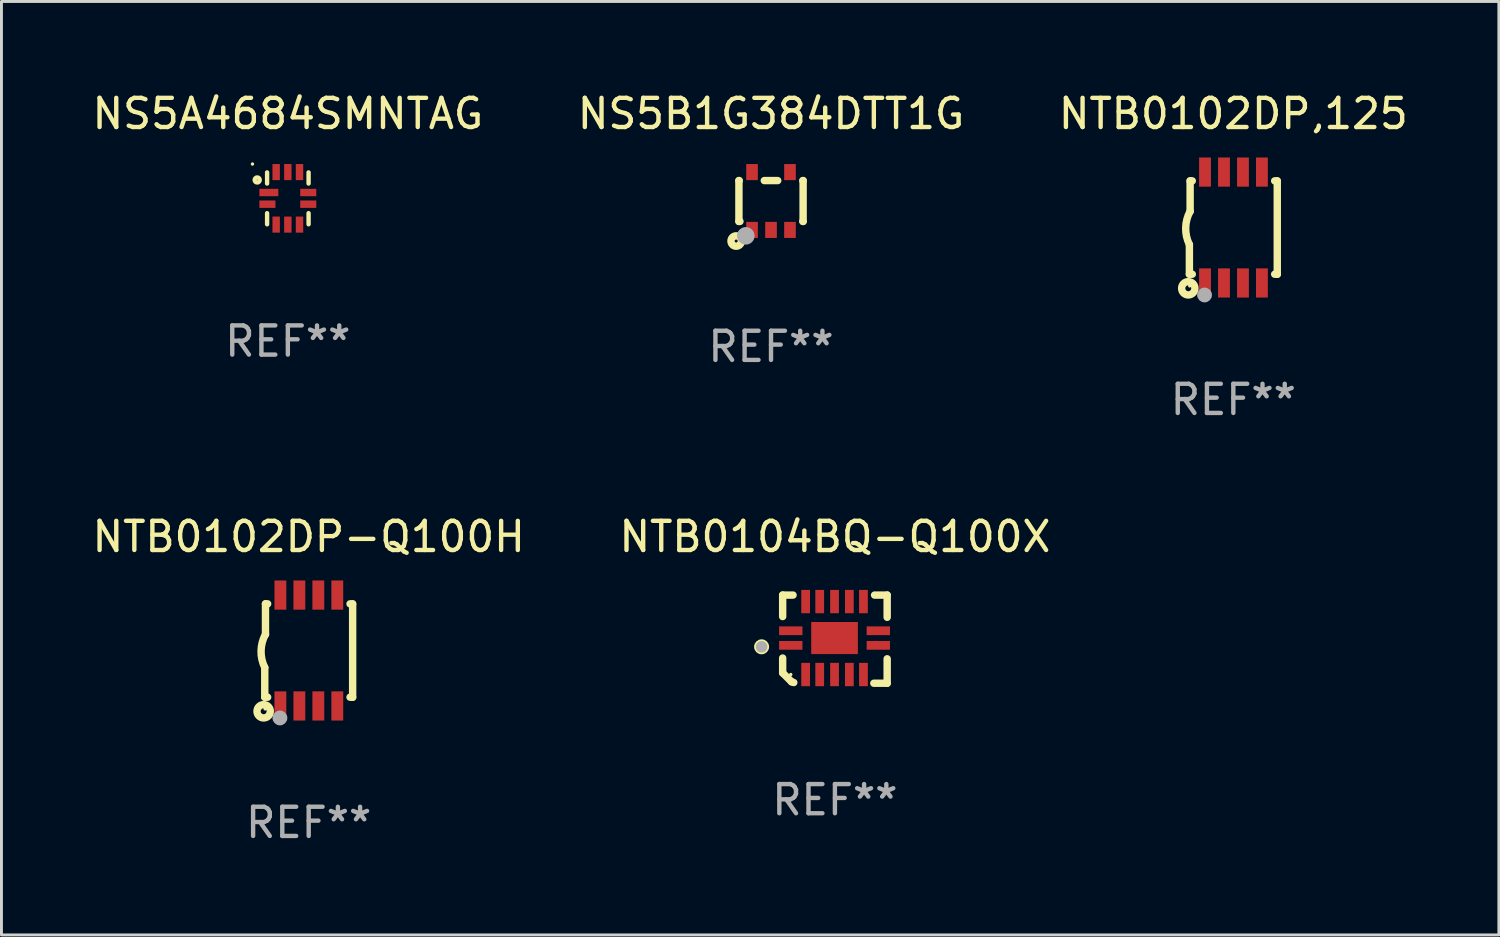
<source format=kicad_pcb>
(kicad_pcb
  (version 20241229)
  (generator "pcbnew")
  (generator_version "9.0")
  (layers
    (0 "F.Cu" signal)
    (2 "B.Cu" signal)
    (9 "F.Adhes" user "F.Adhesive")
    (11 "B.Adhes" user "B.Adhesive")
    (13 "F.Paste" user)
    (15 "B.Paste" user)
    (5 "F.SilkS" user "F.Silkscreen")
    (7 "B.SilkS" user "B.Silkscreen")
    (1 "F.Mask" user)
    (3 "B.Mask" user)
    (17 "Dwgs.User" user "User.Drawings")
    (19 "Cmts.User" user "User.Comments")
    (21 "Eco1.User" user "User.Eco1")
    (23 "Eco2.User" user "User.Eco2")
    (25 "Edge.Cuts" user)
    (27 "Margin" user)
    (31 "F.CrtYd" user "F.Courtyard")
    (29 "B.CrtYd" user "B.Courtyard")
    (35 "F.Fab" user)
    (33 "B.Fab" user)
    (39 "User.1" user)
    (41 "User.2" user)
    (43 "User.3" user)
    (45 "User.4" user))
  (footprint "NTB0104BQ-Q100X"
    (layer "F.Cu")
    (at 25.565 18.856)
    (property "Reference" "NTB0104BQ-Q100X" (at 0 -3.511 0) (layer "F.SilkS") (effects (font (size 1 1) (thickness 0.15))))
    (attr through_hole)
    (fp_line (start -1.791 -1.511) (end -1.435 -1.511) (stroke (width 0.254) (type solid)) (layer "F.SilkS"))
    (fp_line (start -1.791 -0.775) (end -1.791 -1.511) (stroke (width 0.254) (type solid)) (layer "F.SilkS"))
    (fp_line (start -1.791 1.156) (end -1.791 0.648) (stroke (width 0.254) (type solid)) (layer "F.SilkS"))
    (fp_line (start -1.486 1.461) (end -1.791 1.156) (stroke (width 0.254) (type solid)) (layer "F.SilkS"))
    (fp_line (start -1.41 1.486) (end -1.486 1.461) (stroke (width 0.254) (type solid)) (layer "F.SilkS"))
    (fp_line (start 1.334 1.511) (end 1.791 1.511) (stroke (width 0.254) (type solid)) (layer "F.SilkS"))
    (fp_line (start 1.791 -1.511) (end 1.359 -1.511) (stroke (width 0.254) (type solid)) (layer "F.SilkS"))
    (fp_line (start 1.791 -0.749) (end 1.791 -1.511) (stroke (width 0.254) (type solid)) (layer "F.SilkS"))
    (fp_line (start 1.791 1.511) (end 1.791 0.673) (stroke (width 0.254) (type solid)) (layer "F.SilkS"))
    (fp_circle (center -2.513 0.262) (end -2.383 0.262) (stroke (width 0.254) (type solid)) (fill no) (layer "F.SilkS"))
    (fp_circle (center -1.513 1.212) (end -1.483 1.212) (stroke (width 0.06) (type solid)) (fill no) (layer "F.SilkS"))
    (fp_circle (center -2.513 0.262) (end -2.413 0.262) (stroke (width 0.2) (type solid)) (fill no) (layer "F.Fab"))
    (fp_text user "REF**" (at 0 5.511 0) (layer "F.Fab") (effects (font (size 1 1) (thickness 0.15))))
    (pad "1" smd rect (at -1.513 0.212) (size 0.8 0.3) (layers "F.Cu" "F.Mask" "F.Paste"))
    (pad "2" smd rect (at -1.003 1.212) (size 0.3 0.8) (layers "F.Cu" "F.Mask" "F.Paste"))
    (pad "3" smd rect (at -0.521 1.212) (size 0.3 0.8) (layers "F.Cu" "F.Mask" "F.Paste"))
    (pad "4" smd rect (at -0.013 1.212) (size 0.3 0.8) (layers "F.Cu" "F.Mask" "F.Paste"))
    (pad "5" smd rect (at 0.495 1.212) (size 0.3 0.8) (layers "F.Cu" "F.Mask" "F.Paste"))
    (pad "6" smd rect (at 0.978 1.212) (size 0.3 0.8) (layers "F.Cu" "F.Mask" "F.Paste"))
    (pad "7" smd rect (at 1.487 0.212) (size 0.8 0.3) (layers "F.Cu" "F.Mask" "F.Paste"))
    (pad "8" smd rect (at 1.487 -0.288) (size 0.8 0.3) (layers "F.Cu" "F.Mask" "F.Paste"))
    (pad "9" smd rect (at 0.978 -1.288) (size 0.3 0.8) (layers "F.Cu" "F.Mask" "F.Paste"))
    (pad "10" smd rect (at 0.495 -1.288) (size 0.3 0.8) (layers "F.Cu" "F.Mask" "F.Paste"))
    (pad "11" smd rect (at -0.013 -1.288) (size 0.3 0.8) (layers "F.Cu" "F.Mask" "F.Paste"))
    (pad "12" smd rect (at -0.521 -1.288) (size 0.3 0.8) (layers "F.Cu" "F.Mask" "F.Paste"))
    (pad "13" smd rect (at -1.003 -1.288) (size 0.3 0.8) (layers "F.Cu" "F.Mask" "F.Paste"))
    (pad "14" smd rect (at -1.513 -0.288) (size 0.8 0.3) (layers "F.Cu" "F.Mask" "F.Paste"))
    (pad "15" smd rect (at -0.013 -0.038 90) (size 1.1 1.6) (layers "F.Cu" "F.Mask" "F.Paste")))
  (footprint "NTB0102DP-Q100H"
    (layer "F.Cu")
    (at 7.53 19.245)
    (property "Reference" "NTB0102DP-Q100H" (at 0 -3.9 0) (layer "F.SilkS") (effects (font (size 1 1) (thickness 0.15))))
    (attr through_hole)
    (fp_line (start -1.506 1.6) (end -1.506 0.584) (stroke (width 0.254) (type solid)) (layer "F.SilkS"))
    (fp_line (start -1.506 1.6) (end -1.407 1.6) (stroke (width 0.254) (type solid)) (layer "F.SilkS"))
    (fp_line (start -1.481 -1.599) (end -1.481 -0.549) (stroke (width 0.254) (type solid)) (layer "F.SilkS"))
    (fp_line (start -1.481 -1.599) (end -1.407 -1.599) (stroke (width 0.254) (type solid)) (layer "F.SilkS"))
    (fp_line (start 1.417 -1.599) (end 1.506 -1.599) (stroke (width 0.254) (type solid)) (layer "F.SilkS"))
    (fp_line (start 1.417 1.6) (end 1.506 1.6) (stroke (width 0.254) (type solid)) (layer "F.SilkS"))
    (fp_line (start 1.506 1.603) (end 1.506 -1.595) (stroke (width 0.254) (type solid)) (layer "F.SilkS"))
    (fp_arc (start -1.506223 0.584328) (mid -1.632455 0.00974) (end -1.480823 -0.558674) (stroke (width 0.254001) (type solid)) (layer "F.SilkS"))
    (fp_circle (center -1.544 2.083) (end -1.443 2.083) (stroke (width 0.254) (type solid)) (fill no) (layer "F.SilkS"))
    (fp_circle (center -1.495 2) (end -1.465 2) (stroke (width 0.06) (type solid)) (fill no) (layer "F.SilkS"))
    (fp_circle (center -0.986 2.312) (end -0.859 2.312) (stroke (width 0.254) (type solid)) (fill no) (layer "F.Fab"))
    (fp_text user "REF**" (at 0 5.9 0) (layer "F.Fab") (effects (font (size 1 1) (thickness 0.15))))
    (pad "1" smd rect (at -0.97 1.9 90) (size 1 0.406) (layers "F.Cu" "F.Mask" "F.Paste"))
    (pad "2" smd rect (at -0.32 1.9 90) (size 1 0.406) (layers "F.Cu" "F.Mask" "F.Paste"))
    (pad "3" smd rect (at 0.33 1.9 90) (size 1 0.406) (layers "F.Cu" "F.Mask" "F.Paste"))
    (pad "4" smd rect (at 0.98 1.9 90) (size 1 0.406) (layers "F.Cu" "F.Mask" "F.Paste"))
    (pad "5" smd rect (at 0.98 -1.9 90) (size 1 0.406) (layers "F.Cu" "F.Mask" "F.Paste"))
    (pad "6" smd rect (at 0.33 -1.9 90) (size 1 0.406) (layers "F.Cu" "F.Mask" "F.Paste"))
    (pad "7" smd rect (at -0.32 -1.9 90) (size 1 0.406) (layers "F.Cu" "F.Mask" "F.Paste"))
    (pad "8" smd rect (at -0.97 -1.9 90) (size 1 0.406) (layers "F.Cu" "F.Mask" "F.Paste")))
  (footprint "NTB0102DP,125"
    (layer "F.Cu")
    (at 39.22 4.748)
    (property "Reference" "NTB0102DP,125" (at 0 -3.9 0) (layer "F.SilkS") (effects (font (size 1 1) (thickness 0.15))))
    (attr through_hole)
    (fp_line (start -1.506 1.6) (end -1.506 0.584) (stroke (width 0.254) (type solid)) (layer "F.SilkS"))
    (fp_line (start -1.506 1.6) (end -1.407 1.6) (stroke (width 0.254) (type solid)) (layer "F.SilkS"))
    (fp_line (start -1.481 -1.599) (end -1.481 -0.549) (stroke (width 0.254) (type solid)) (layer "F.SilkS"))
    (fp_line (start -1.481 -1.599) (end -1.407 -1.599) (stroke (width 0.254) (type solid)) (layer "F.SilkS"))
    (fp_line (start 1.417 -1.599) (end 1.506 -1.599) (stroke (width 0.254) (type solid)) (layer "F.SilkS"))
    (fp_line (start 1.417 1.6) (end 1.506 1.6) (stroke (width 0.254) (type solid)) (layer "F.SilkS"))
    (fp_line (start 1.506 1.603) (end 1.506 -1.595) (stroke (width 0.254) (type solid)) (layer "F.SilkS"))
    (fp_arc (start -1.506223 0.584328) (mid -1.632455 0.00974) (end -1.480823 -0.558674) (stroke (width 0.254001) (type solid)) (layer "F.SilkS"))
    (fp_circle (center -1.544 2.083) (end -1.443 2.083) (stroke (width 0.254) (type solid)) (fill no) (layer "F.SilkS"))
    (fp_circle (center -1.495 2) (end -1.465 2) (stroke (width 0.06) (type solid)) (fill no) (layer "F.SilkS"))
    (fp_circle (center -0.986 2.312) (end -0.859 2.312) (stroke (width 0.254) (type solid)) (fill no) (layer "F.Fab"))
    (fp_text user "REF**" (at 0 5.9 0) (layer "F.Fab") (effects (font (size 1 1) (thickness 0.15))))
    (pad "1" smd rect (at -0.97 1.9 90) (size 1 0.406) (layers "F.Cu" "F.Mask" "F.Paste"))
    (pad "2" smd rect (at -0.32 1.9 90) (size 1 0.406) (layers "F.Cu" "F.Mask" "F.Paste"))
    (pad "3" smd rect (at 0.33 1.9 90) (size 1 0.406) (layers "F.Cu" "F.Mask" "F.Paste"))
    (pad "4" smd rect (at 0.98 1.9 90) (size 1 0.406) (layers "F.Cu" "F.Mask" "F.Paste"))
    (pad "5" smd rect (at 0.98 -1.9 90) (size 1 0.406) (layers "F.Cu" "F.Mask" "F.Paste"))
    (pad "6" smd rect (at 0.33 -1.9 90) (size 1 0.406) (layers "F.Cu" "F.Mask" "F.Paste"))
    (pad "7" smd rect (at -0.32 -1.9 90) (size 1 0.406) (layers "F.Cu" "F.Mask" "F.Paste"))
    (pad "8" smd rect (at -0.97 -1.9 90) (size 1 0.406) (layers "F.Cu" "F.Mask" "F.Paste")))
  (footprint "NS5A4684SMNTAG"
    (layer "F.Cu")
    (at 6.815 3.748)
    (property "Reference" "NS5A4684SMNTAG" (at 0 -2.9 0) (layer "F.SilkS") (effects (font (size 1 1) (thickness 0.15))))
    (attr through_hole)
    (fp_line (start -0.711 -0.889) (end -0.711 -0.508) (stroke (width 0.15) (type solid)) (layer "F.SilkS"))
    (fp_line (start -0.711 0.508) (end -0.711 0.889) (stroke (width 0.15) (type solid)) (layer "F.SilkS"))
    (fp_line (start 0.711 -0.889) (end 0.711 -0.508) (stroke (width 0.15) (type solid)) (layer "F.SilkS"))
    (fp_line (start 0.711 0.508) (end 0.711 0.889) (stroke (width 0.15) (type solid)) (layer "F.SilkS"))
    (fp_circle (center -1.212 -1.176) (end -1.182 -1.176) (stroke (width 0.06) (type solid)) (fill no) (layer "F.SilkS"))
    (fp_circle (center -1.05 -0.63) (end -0.963 -0.63) (stroke (width 0.15) (type solid)) (fill no) (layer "F.SilkS"))
    (fp_text user "REF**" (at 0 4.9 0) (layer "F.Fab") (effects (font (size 1 1) (thickness 0.15))))
    (pad "1" smd rect (at -0.65 -0.2 90) (size 0.254 0.65) (layers "F.Cu" "F.Mask" "F.Paste"))
    (pad "2" smd rect (at -0.7 0.2 90) (size 0.254 0.551) (layers "F.Cu" "F.Mask" "F.Paste"))
    (pad "3" smd rect (at -0.4 0.9) (size 0.254 0.551) (layers "F.Cu" "F.Mask" "F.Paste"))
    (pad "4" smd rect (at 0 0.9) (size 0.254 0.551) (layers "F.Cu" "F.Mask" "F.Paste"))
    (pad "5" smd rect (at 0.4 0.9) (size 0.254 0.551) (layers "F.Cu" "F.Mask" "F.Paste"))
    (pad "6" smd rect (at 0.7 0.2 90) (size 0.254 0.551) (layers "F.Cu" "F.Mask" "F.Paste"))
    (pad "7" smd rect (at 0.7 -0.2 90) (size 0.254 0.551) (layers "F.Cu" "F.Mask" "F.Paste"))
    (pad "8" smd rect (at 0.4 -0.9) (size 0.254 0.551) (layers "F.Cu" "F.Mask" "F.Paste"))
    (pad "9" smd rect (at 0 -0.9) (size 0.254 0.551) (layers "F.Cu" "F.Mask" "F.Paste"))
    (pad "10" smd rect (at -0.4 -0.9) (size 0.254 0.551) (layers "F.Cu" "F.Mask" "F.Paste")))
  (footprint "NS5B1G384DTT1G"
    (layer "F.Cu")
    (at 23.375 3.839)
    (property "Reference" "NS5B1G384DTT1G" (at 0 -2.991 0) (layer "F.SilkS") (effects (font (size 1 1) (thickness 0.15))))
    (attr through_hole)
    (fp_line (start -1.1 -0.7) (end -1.1 0.7) (stroke (width 0.254) (type solid)) (layer "F.SilkS"))
    (fp_line (start -1.1 -0.7) (end -1.09 -0.7) (stroke (width 0.254) (type solid)) (layer "F.SilkS"))
    (fp_line (start -1.1 0.7) (end -1.065 0.7) (stroke (width 0.254) (type solid)) (layer "F.SilkS"))
    (fp_line (start -0.23 -0.7) (end 0.23 -0.7) (stroke (width 0.254) (type solid)) (layer "F.SilkS"))
    (fp_line (start 1.09 -0.7) (end 1.1 -0.7) (stroke (width 0.254) (type solid)) (layer "F.SilkS"))
    (fp_line (start 1.09 0.7) (end 1.1 0.7) (stroke (width 0.254) (type solid)) (layer "F.SilkS"))
    (fp_line (start 1.1 -0.7) (end 1.1 0.7) (stroke (width 0.254) (type solid)) (layer "F.SilkS"))
    (fp_circle (center -1.194 1.372) (end -1.143 1.372) (stroke (width 0.254) (type solid)) (fill no) (layer "F.SilkS"))
    (fp_circle (center -1.05 1.063) (end -1.02 1.063) (stroke (width 0.06) (type solid)) (fill no) (layer "F.SilkS"))
    (fp_circle (center -0.864 1.194) (end -0.713 1.194) (stroke (width 0.3) (type solid)) (fill no) (layer "F.Fab"))
    (fp_text user "REF**" (at 0 4.991 0) (layer "F.Fab") (effects (font (size 1 1) (thickness 0.15))))
    (pad "1" smd rect (at -0.65 0.991 180) (size 0.399 0.551) (layers "F.Cu" "F.Mask" "F.Paste"))
    (pad "2" smd rect (at 0 0.991 180) (size 0.399 0.551) (layers "F.Cu" "F.Mask" "F.Paste"))
    (pad "3" smd rect (at 0.65 0.991 180) (size 0.399 0.551) (layers "F.Cu" "F.Mask" "F.Paste"))
    (pad "4" smd rect (at 0.65 -0.991 180) (size 0.399 0.551) (layers "F.Cu" "F.Mask" "F.Paste"))
    (pad "5" smd rect (at -0.65 -0.991 180) (size 0.399 0.551) (layers "F.Cu" "F.Mask" "F.Paste")))
  (gr_rect
    (start -3 -3)
    (end 48.321 28.993)
    (stroke (width 0.1) (type default))
    (fill no)
    (layer "Edge.Cuts")))
</source>
